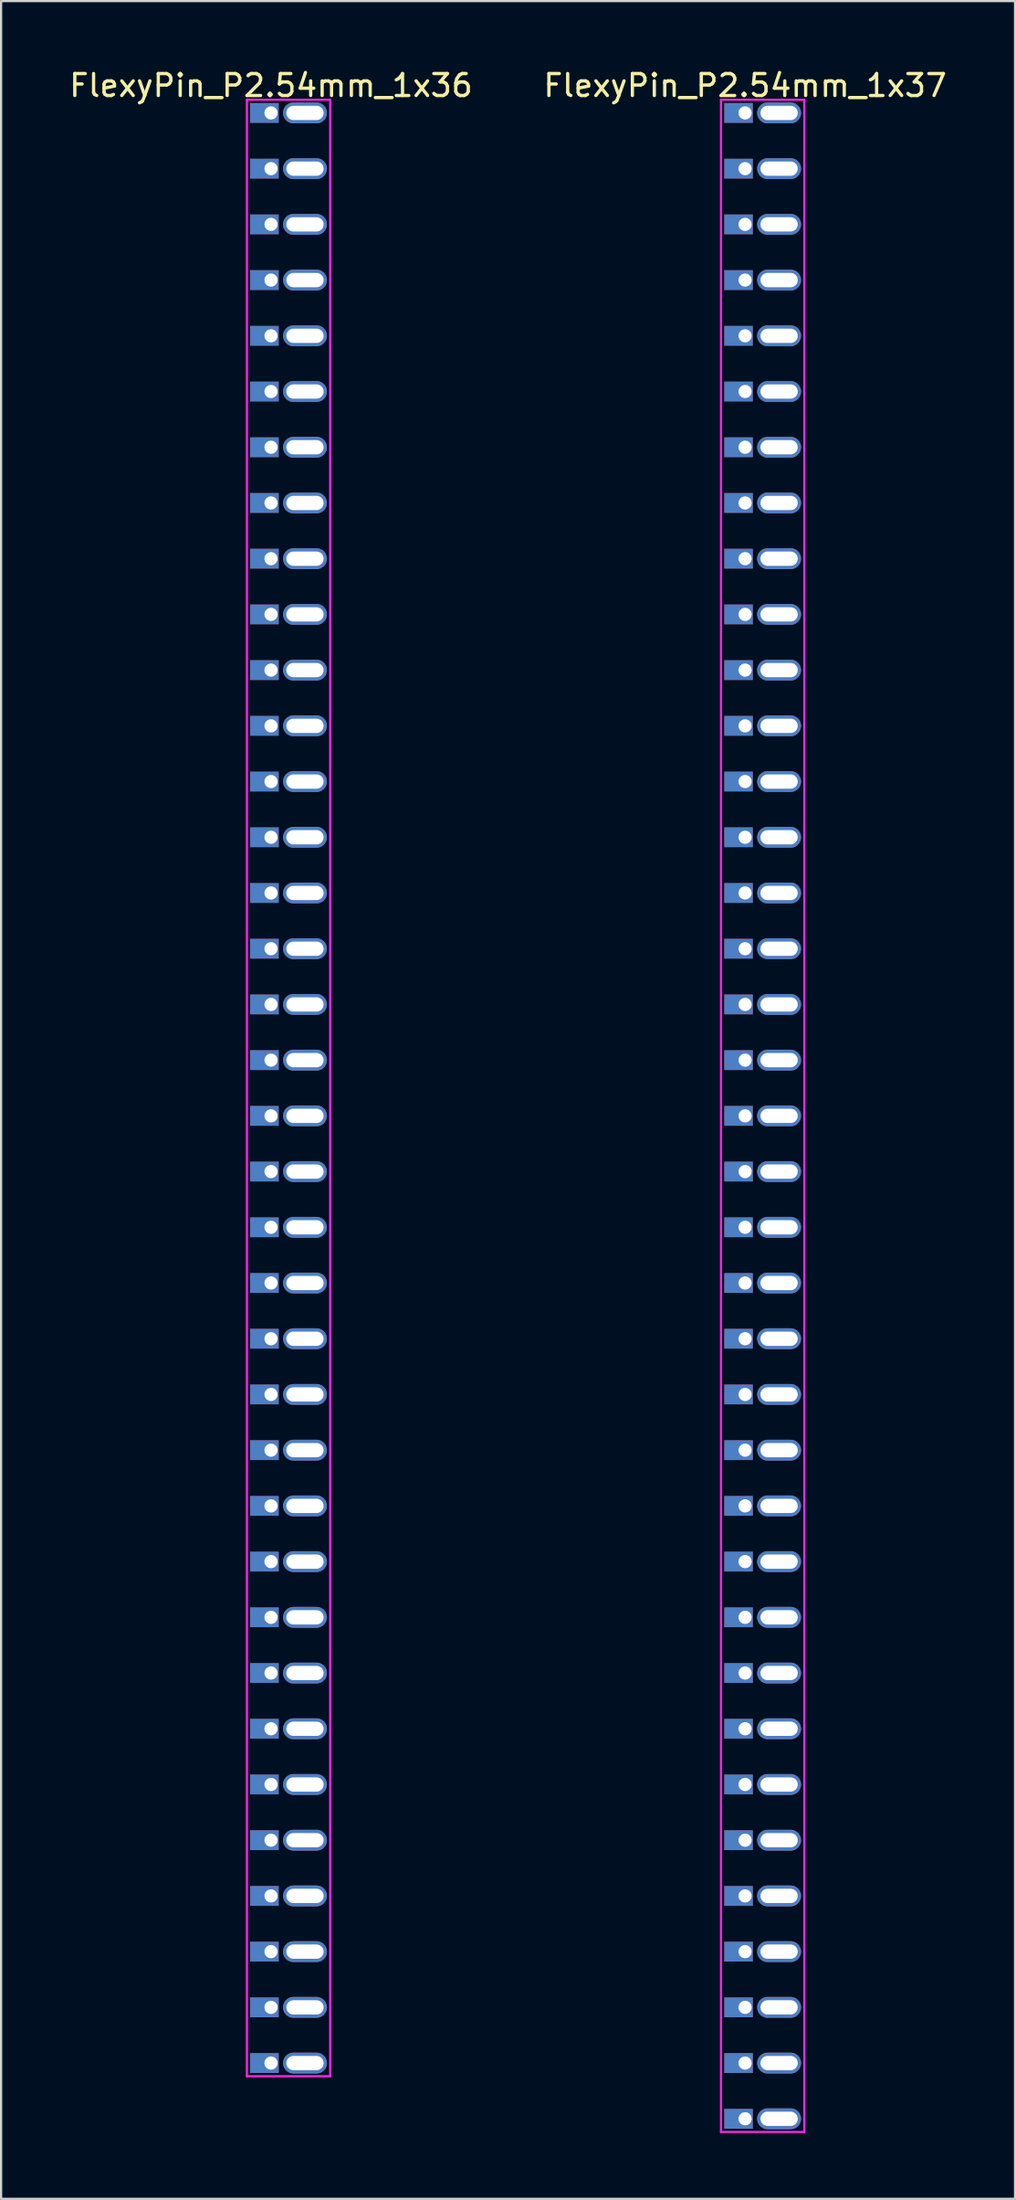
<source format=kicad_pcb>
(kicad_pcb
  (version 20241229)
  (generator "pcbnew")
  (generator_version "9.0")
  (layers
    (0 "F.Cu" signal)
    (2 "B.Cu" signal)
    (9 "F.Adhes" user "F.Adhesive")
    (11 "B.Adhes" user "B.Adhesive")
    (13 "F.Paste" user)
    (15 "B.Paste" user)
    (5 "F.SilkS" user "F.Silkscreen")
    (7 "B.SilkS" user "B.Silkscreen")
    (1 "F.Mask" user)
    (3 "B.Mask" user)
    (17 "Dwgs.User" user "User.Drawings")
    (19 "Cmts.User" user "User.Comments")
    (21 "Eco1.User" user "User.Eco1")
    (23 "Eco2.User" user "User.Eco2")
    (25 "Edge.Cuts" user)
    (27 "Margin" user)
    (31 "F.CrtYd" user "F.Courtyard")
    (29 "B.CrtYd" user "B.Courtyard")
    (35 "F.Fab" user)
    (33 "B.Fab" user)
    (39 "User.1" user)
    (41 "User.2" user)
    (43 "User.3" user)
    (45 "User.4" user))
  (footprint "FlexyPin_P2.54mm_1x36"
    (layer "F.Cu")
    (at 9.315 2.098)
    (property "Reference" "FlexyPin_P2.54mm_1x36" (at 0 -1.25 0) (layer "F.SilkS") (effects (font (size 1 1) (thickness 0.15))))
    (attr through_hole)
    (fp_line (start -1.1 -0.6) (end 2.7 -0.6) (stroke (width 0.1) (type solid)) (layer "F.CrtYd"))
    (fp_line (start -1.1 89.5) (end -1.1 -0.6) (stroke (width 0.1) (type solid)) (layer "F.CrtYd"))
    (fp_line (start 2.7 -0.6) (end 2.7 89.5) (stroke (width 0.1) (type solid)) (layer "F.CrtYd"))
    (fp_line (start 2.7 89.5) (end -1.1 89.5) (stroke (width 0.1) (type solid)) (layer "F.CrtYd"))
    (pad "" thru_hole oval (at 1.55 0) (size 2 0.95) (drill oval 1.7 0.65) (layers "*.Cu" "*.Mask"))
    (pad "" thru_hole oval (at 1.55 2.54) (size 2 0.95) (drill oval 1.7 0.65) (layers "*.Cu" "*.Mask"))
    (pad "" thru_hole oval (at 1.55 5.08) (size 2 0.95) (drill oval 1.7 0.65) (layers "*.Cu" "*.Mask"))
    (pad "" thru_hole oval (at 1.55 7.62) (size 2 0.95) (drill oval 1.7 0.65) (layers "*.Cu" "*.Mask"))
    (pad "" thru_hole oval (at 1.55 10.16) (size 2 0.95) (drill oval 1.7 0.65) (layers "*.Cu" "*.Mask"))
    (pad "" thru_hole oval (at 1.55 12.7) (size 2 0.95) (drill oval 1.7 0.65) (layers "*.Cu" "*.Mask"))
    (pad "" thru_hole oval (at 1.55 15.24) (size 2 0.95) (drill oval 1.7 0.65) (layers "*.Cu" "*.Mask"))
    (pad "" thru_hole oval (at 1.55 17.78) (size 2 0.95) (drill oval 1.7 0.65) (layers "*.Cu" "*.Mask"))
    (pad "" thru_hole oval (at 1.55 20.32) (size 2 0.95) (drill oval 1.7 0.65) (layers "*.Cu" "*.Mask"))
    (pad "" thru_hole oval (at 1.55 22.86) (size 2 0.95) (drill oval 1.7 0.65) (layers "*.Cu" "*.Mask"))
    (pad "" thru_hole oval (at 1.55 25.4) (size 2 0.95) (drill oval 1.7 0.65) (layers "*.Cu" "*.Mask"))
    (pad "" thru_hole oval (at 1.55 27.94) (size 2 0.95) (drill oval 1.7 0.65) (layers "*.Cu" "*.Mask"))
    (pad "" thru_hole oval (at 1.55 30.48) (size 2 0.95) (drill oval 1.7 0.65) (layers "*.Cu" "*.Mask"))
    (pad "" thru_hole oval (at 1.55 33.02) (size 2 0.95) (drill oval 1.7 0.65) (layers "*.Cu" "*.Mask"))
    (pad "" thru_hole oval (at 1.55 35.56) (size 2 0.95) (drill oval 1.7 0.65) (layers "*.Cu" "*.Mask"))
    (pad "" thru_hole oval (at 1.55 38.1) (size 2 0.95) (drill oval 1.7 0.65) (layers "*.Cu" "*.Mask"))
    (pad "" thru_hole oval (at 1.55 40.64) (size 2 0.95) (drill oval 1.7 0.65) (layers "*.Cu" "*.Mask"))
    (pad "" thru_hole oval (at 1.55 43.18) (size 2 0.95) (drill oval 1.7 0.65) (layers "*.Cu" "*.Mask"))
    (pad "" thru_hole oval (at 1.55 45.72) (size 2 0.95) (drill oval 1.7 0.65) (layers "*.Cu" "*.Mask"))
    (pad "" thru_hole oval (at 1.55 48.26) (size 2 0.95) (drill oval 1.7 0.65) (layers "*.Cu" "*.Mask"))
    (pad "" thru_hole oval (at 1.55 50.8) (size 2 0.95) (drill oval 1.7 0.65) (layers "*.Cu" "*.Mask"))
    (pad "" thru_hole oval (at 1.55 53.34) (size 2 0.95) (drill oval 1.7 0.65) (layers "*.Cu" "*.Mask"))
    (pad "" thru_hole oval (at 1.55 55.88) (size 2 0.95) (drill oval 1.7 0.65) (layers "*.Cu" "*.Mask"))
    (pad "" thru_hole oval (at 1.55 58.42) (size 2 0.95) (drill oval 1.7 0.65) (layers "*.Cu" "*.Mask"))
    (pad "" thru_hole oval (at 1.55 60.96) (size 2 0.95) (drill oval 1.7 0.65) (layers "*.Cu" "*.Mask"))
    (pad "" thru_hole oval (at 1.55 63.5) (size 2 0.95) (drill oval 1.7 0.65) (layers "*.Cu" "*.Mask"))
    (pad "" thru_hole oval (at 1.55 66.04) (size 2 0.95) (drill oval 1.7 0.65) (layers "*.Cu" "*.Mask"))
    (pad "" thru_hole oval (at 1.55 68.58) (size 2 0.95) (drill oval 1.7 0.65) (layers "*.Cu" "*.Mask"))
    (pad "" thru_hole oval (at 1.55 71.12) (size 2 0.95) (drill oval 1.7 0.65) (layers "*.Cu" "*.Mask"))
    (pad "" thru_hole oval (at 1.55 73.66) (size 2 0.95) (drill oval 1.7 0.65) (layers "*.Cu" "*.Mask"))
    (pad "" thru_hole oval (at 1.55 76.2) (size 2 0.95) (drill oval 1.7 0.65) (layers "*.Cu" "*.Mask"))
    (pad "" thru_hole oval (at 1.55 78.74) (size 2 0.95) (drill oval 1.7 0.65) (layers "*.Cu" "*.Mask"))
    (pad "" thru_hole oval (at 1.55 81.28) (size 2 0.95) (drill oval 1.7 0.65) (layers "*.Cu" "*.Mask"))
    (pad "" thru_hole oval (at 1.55 83.82) (size 2 0.95) (drill oval 1.7 0.65) (layers "*.Cu" "*.Mask"))
    (pad "" thru_hole oval (at 1.55 86.36) (size 2 0.95) (drill oval 1.7 0.65) (layers "*.Cu" "*.Mask"))
    (pad "" thru_hole oval (at 1.55 88.9) (size 2 0.95) (drill oval 1.7 0.65) (layers "*.Cu" "*.Mask"))
    (pad "1" thru_hole rect (at 0 0) (size 1.3 0.9) (drill 0.6 (offset -0.3 0)) (layers "*.Cu" "*.Mask"))
    (pad "2" thru_hole rect (at 0 2.54) (size 1.3 0.9) (drill 0.6 (offset -0.3 0)) (layers "*.Cu" "*.Mask"))
    (pad "3" thru_hole rect (at 0 5.08) (size 1.3 0.9) (drill 0.6 (offset -0.3 0)) (layers "*.Cu" "*.Mask"))
    (pad "4" thru_hole rect (at 0 7.62) (size 1.3 0.9) (drill 0.6 (offset -0.3 0)) (layers "*.Cu" "*.Mask"))
    (pad "5" thru_hole rect (at 0 10.16) (size 1.3 0.9) (drill 0.6 (offset -0.3 0)) (layers "*.Cu" "*.Mask"))
    (pad "6" thru_hole rect (at 0 12.7) (size 1.3 0.9) (drill 0.6 (offset -0.3 0)) (layers "*.Cu" "*.Mask"))
    (pad "7" thru_hole rect (at 0 15.24) (size 1.3 0.9) (drill 0.6 (offset -0.3 0)) (layers "*.Cu" "*.Mask"))
    (pad "8" thru_hole rect (at 0 17.78) (size 1.3 0.9) (drill 0.6 (offset -0.3 0)) (layers "*.Cu" "*.Mask"))
    (pad "9" thru_hole rect (at 0 20.32) (size 1.3 0.9) (drill 0.6 (offset -0.3 0)) (layers "*.Cu" "*.Mask"))
    (pad "10" thru_hole rect (at 0 22.86) (size 1.3 0.9) (drill 0.6 (offset -0.3 0)) (layers "*.Cu" "*.Mask"))
    (pad "11" thru_hole rect (at 0 25.4) (size 1.3 0.9) (drill 0.6 (offset -0.3 0)) (layers "*.Cu" "*.Mask"))
    (pad "12" thru_hole rect (at 0 27.94) (size 1.3 0.9) (drill 0.6 (offset -0.3 0)) (layers "*.Cu" "*.Mask"))
    (pad "13" thru_hole rect (at 0 30.48) (size 1.3 0.9) (drill 0.6 (offset -0.3 0)) (layers "*.Cu" "*.Mask"))
    (pad "14" thru_hole rect (at 0 33.02) (size 1.3 0.9) (drill 0.6 (offset -0.3 0)) (layers "*.Cu" "*.Mask"))
    (pad "15" thru_hole rect (at 0 35.56) (size 1.3 0.9) (drill 0.6 (offset -0.3 0)) (layers "*.Cu" "*.Mask"))
    (pad "16" thru_hole rect (at 0 38.1) (size 1.3 0.9) (drill 0.6 (offset -0.3 0)) (layers "*.Cu" "*.Mask"))
    (pad "17" thru_hole rect (at 0 40.64) (size 1.3 0.9) (drill 0.6 (offset -0.3 0)) (layers "*.Cu" "*.Mask"))
    (pad "18" thru_hole rect (at 0 43.18) (size 1.3 0.9) (drill 0.6 (offset -0.3 0)) (layers "*.Cu" "*.Mask"))
    (pad "19" thru_hole rect (at 0 45.72) (size 1.3 0.9) (drill 0.6 (offset -0.3 0)) (layers "*.Cu" "*.Mask"))
    (pad "20" thru_hole rect (at 0 48.26) (size 1.3 0.9) (drill 0.6 (offset -0.3 0)) (layers "*.Cu" "*.Mask"))
    (pad "21" thru_hole rect (at 0 50.8) (size 1.3 0.9) (drill 0.6 (offset -0.3 0)) (layers "*.Cu" "*.Mask"))
    (pad "22" thru_hole rect (at 0 53.34) (size 1.3 0.9) (drill 0.6 (offset -0.3 0)) (layers "*.Cu" "*.Mask"))
    (pad "23" thru_hole rect (at 0 55.88) (size 1.3 0.9) (drill 0.6 (offset -0.3 0)) (layers "*.Cu" "*.Mask"))
    (pad "24" thru_hole rect (at 0 58.42) (size 1.3 0.9) (drill 0.6 (offset -0.3 0)) (layers "*.Cu" "*.Mask"))
    (pad "25" thru_hole rect (at 0 60.96) (size 1.3 0.9) (drill 0.6 (offset -0.3 0)) (layers "*.Cu" "*.Mask"))
    (pad "26" thru_hole rect (at 0 63.5) (size 1.3 0.9) (drill 0.6 (offset -0.3 0)) (layers "*.Cu" "*.Mask"))
    (pad "27" thru_hole rect (at 0 66.04) (size 1.3 0.9) (drill 0.6 (offset -0.3 0)) (layers "*.Cu" "*.Mask"))
    (pad "28" thru_hole rect (at 0 68.58) (size 1.3 0.9) (drill 0.6 (offset -0.3 0)) (layers "*.Cu" "*.Mask"))
    (pad "29" thru_hole rect (at 0 71.12) (size 1.3 0.9) (drill 0.6 (offset -0.3 0)) (layers "*.Cu" "*.Mask"))
    (pad "30" thru_hole rect (at 0 73.66) (size 1.3 0.9) (drill 0.6 (offset -0.3 0)) (layers "*.Cu" "*.Mask"))
    (pad "31" thru_hole rect (at 0 76.2) (size 1.3 0.9) (drill 0.6 (offset -0.3 0)) (layers "*.Cu" "*.Mask"))
    (pad "32" thru_hole rect (at 0 78.74) (size 1.3 0.9) (drill 0.6 (offset -0.3 0)) (layers "*.Cu" "*.Mask"))
    (pad "33" thru_hole rect (at 0 81.28) (size 1.3 0.9) (drill 0.6 (offset -0.3 0)) (layers "*.Cu" "*.Mask"))
    (pad "34" thru_hole rect (at 0 83.82) (size 1.3 0.9) (drill 0.6 (offset -0.3 0)) (layers "*.Cu" "*.Mask"))
    (pad "35" thru_hole rect (at 0 86.36) (size 1.3 0.9) (drill 0.6 (offset -0.3 0)) (layers "*.Cu" "*.Mask"))
    (pad "36" thru_hole rect (at 0 88.9) (size 1.3 0.9) (drill 0.6 (offset -0.3 0)) (layers "*.Cu" "*.Mask")))
  (footprint "FlexyPin_P2.54mm_1x37"
    (layer "F.Cu")
    (at 30.946 2.098)
    (property "Reference" "FlexyPin_P2.54mm_1x37" (at 0 -1.25 0) (layer "F.SilkS") (effects (font (size 1 1) (thickness 0.15))))
    (attr through_hole)
    (fp_line (start -1.1 -0.6) (end 2.7 -0.6) (stroke (width 0.1) (type solid)) (layer "F.CrtYd"))
    (fp_line (start -1.1 92.04) (end -1.1 -0.6) (stroke (width 0.1) (type solid)) (layer "F.CrtYd"))
    (fp_line (start 2.7 -0.6) (end 2.7 92.04) (stroke (width 0.1) (type solid)) (layer "F.CrtYd"))
    (fp_line (start 2.7 92.04) (end -1.1 92.04) (stroke (width 0.1) (type solid)) (layer "F.CrtYd"))
    (pad "" thru_hole oval (at 1.55 0) (size 2 0.95) (drill oval 1.7 0.65) (layers "*.Cu" "*.Mask"))
    (pad "" thru_hole oval (at 1.55 2.54) (size 2 0.95) (drill oval 1.7 0.65) (layers "*.Cu" "*.Mask"))
    (pad "" thru_hole oval (at 1.55 5.08) (size 2 0.95) (drill oval 1.7 0.65) (layers "*.Cu" "*.Mask"))
    (pad "" thru_hole oval (at 1.55 7.62) (size 2 0.95) (drill oval 1.7 0.65) (layers "*.Cu" "*.Mask"))
    (pad "" thru_hole oval (at 1.55 10.16) (size 2 0.95) (drill oval 1.7 0.65) (layers "*.Cu" "*.Mask"))
    (pad "" thru_hole oval (at 1.55 12.7) (size 2 0.95) (drill oval 1.7 0.65) (layers "*.Cu" "*.Mask"))
    (pad "" thru_hole oval (at 1.55 15.24) (size 2 0.95) (drill oval 1.7 0.65) (layers "*.Cu" "*.Mask"))
    (pad "" thru_hole oval (at 1.55 17.78) (size 2 0.95) (drill oval 1.7 0.65) (layers "*.Cu" "*.Mask"))
    (pad "" thru_hole oval (at 1.55 20.32) (size 2 0.95) (drill oval 1.7 0.65) (layers "*.Cu" "*.Mask"))
    (pad "" thru_hole oval (at 1.55 22.86) (size 2 0.95) (drill oval 1.7 0.65) (layers "*.Cu" "*.Mask"))
    (pad "" thru_hole oval (at 1.55 25.4) (size 2 0.95) (drill oval 1.7 0.65) (layers "*.Cu" "*.Mask"))
    (pad "" thru_hole oval (at 1.55 27.94) (size 2 0.95) (drill oval 1.7 0.65) (layers "*.Cu" "*.Mask"))
    (pad "" thru_hole oval (at 1.55 30.48) (size 2 0.95) (drill oval 1.7 0.65) (layers "*.Cu" "*.Mask"))
    (pad "" thru_hole oval (at 1.55 33.02) (size 2 0.95) (drill oval 1.7 0.65) (layers "*.Cu" "*.Mask"))
    (pad "" thru_hole oval (at 1.55 35.56) (size 2 0.95) (drill oval 1.7 0.65) (layers "*.Cu" "*.Mask"))
    (pad "" thru_hole oval (at 1.55 38.1) (size 2 0.95) (drill oval 1.7 0.65) (layers "*.Cu" "*.Mask"))
    (pad "" thru_hole oval (at 1.55 40.64) (size 2 0.95) (drill oval 1.7 0.65) (layers "*.Cu" "*.Mask"))
    (pad "" thru_hole oval (at 1.55 43.18) (size 2 0.95) (drill oval 1.7 0.65) (layers "*.Cu" "*.Mask"))
    (pad "" thru_hole oval (at 1.55 45.72) (size 2 0.95) (drill oval 1.7 0.65) (layers "*.Cu" "*.Mask"))
    (pad "" thru_hole oval (at 1.55 48.26) (size 2 0.95) (drill oval 1.7 0.65) (layers "*.Cu" "*.Mask"))
    (pad "" thru_hole oval (at 1.55 50.8) (size 2 0.95) (drill oval 1.7 0.65) (layers "*.Cu" "*.Mask"))
    (pad "" thru_hole oval (at 1.55 53.34) (size 2 0.95) (drill oval 1.7 0.65) (layers "*.Cu" "*.Mask"))
    (pad "" thru_hole oval (at 1.55 55.88) (size 2 0.95) (drill oval 1.7 0.65) (layers "*.Cu" "*.Mask"))
    (pad "" thru_hole oval (at 1.55 58.42) (size 2 0.95) (drill oval 1.7 0.65) (layers "*.Cu" "*.Mask"))
    (pad "" thru_hole oval (at 1.55 60.96) (size 2 0.95) (drill oval 1.7 0.65) (layers "*.Cu" "*.Mask"))
    (pad "" thru_hole oval (at 1.55 63.5) (size 2 0.95) (drill oval 1.7 0.65) (layers "*.Cu" "*.Mask"))
    (pad "" thru_hole oval (at 1.55 66.04) (size 2 0.95) (drill oval 1.7 0.65) (layers "*.Cu" "*.Mask"))
    (pad "" thru_hole oval (at 1.55 68.58) (size 2 0.95) (drill oval 1.7 0.65) (layers "*.Cu" "*.Mask"))
    (pad "" thru_hole oval (at 1.55 71.12) (size 2 0.95) (drill oval 1.7 0.65) (layers "*.Cu" "*.Mask"))
    (pad "" thru_hole oval (at 1.55 73.66) (size 2 0.95) (drill oval 1.7 0.65) (layers "*.Cu" "*.Mask"))
    (pad "" thru_hole oval (at 1.55 76.2) (size 2 0.95) (drill oval 1.7 0.65) (layers "*.Cu" "*.Mask"))
    (pad "" thru_hole oval (at 1.55 78.74) (size 2 0.95) (drill oval 1.7 0.65) (layers "*.Cu" "*.Mask"))
    (pad "" thru_hole oval (at 1.55 81.28) (size 2 0.95) (drill oval 1.7 0.65) (layers "*.Cu" "*.Mask"))
    (pad "" thru_hole oval (at 1.55 83.82) (size 2 0.95) (drill oval 1.7 0.65) (layers "*.Cu" "*.Mask"))
    (pad "" thru_hole oval (at 1.55 86.36) (size 2 0.95) (drill oval 1.7 0.65) (layers "*.Cu" "*.Mask"))
    (pad "" thru_hole oval (at 1.55 88.9) (size 2 0.95) (drill oval 1.7 0.65) (layers "*.Cu" "*.Mask"))
    (pad "" thru_hole oval (at 1.55 91.44) (size 2 0.95) (drill oval 1.7 0.65) (layers "*.Cu" "*.Mask"))
    (pad "1" thru_hole rect (at 0 0) (size 1.3 0.9) (drill 0.6 (offset -0.3 0)) (layers "*.Cu" "*.Mask"))
    (pad "2" thru_hole rect (at 0 2.54) (size 1.3 0.9) (drill 0.6 (offset -0.3 0)) (layers "*.Cu" "*.Mask"))
    (pad "3" thru_hole rect (at 0 5.08) (size 1.3 0.9) (drill 0.6 (offset -0.3 0)) (layers "*.Cu" "*.Mask"))
    (pad "4" thru_hole rect (at 0 7.62) (size 1.3 0.9) (drill 0.6 (offset -0.3 0)) (layers "*.Cu" "*.Mask"))
    (pad "5" thru_hole rect (at 0 10.16) (size 1.3 0.9) (drill 0.6 (offset -0.3 0)) (layers "*.Cu" "*.Mask"))
    (pad "6" thru_hole rect (at 0 12.7) (size 1.3 0.9) (drill 0.6 (offset -0.3 0)) (layers "*.Cu" "*.Mask"))
    (pad "7" thru_hole rect (at 0 15.24) (size 1.3 0.9) (drill 0.6 (offset -0.3 0)) (layers "*.Cu" "*.Mask"))
    (pad "8" thru_hole rect (at 0 17.78) (size 1.3 0.9) (drill 0.6 (offset -0.3 0)) (layers "*.Cu" "*.Mask"))
    (pad "9" thru_hole rect (at 0 20.32) (size 1.3 0.9) (drill 0.6 (offset -0.3 0)) (layers "*.Cu" "*.Mask"))
    (pad "10" thru_hole rect (at 0 22.86) (size 1.3 0.9) (drill 0.6 (offset -0.3 0)) (layers "*.Cu" "*.Mask"))
    (pad "11" thru_hole rect (at 0 25.4) (size 1.3 0.9) (drill 0.6 (offset -0.3 0)) (layers "*.Cu" "*.Mask"))
    (pad "12" thru_hole rect (at 0 27.94) (size 1.3 0.9) (drill 0.6 (offset -0.3 0)) (layers "*.Cu" "*.Mask"))
    (pad "13" thru_hole rect (at 0 30.48) (size 1.3 0.9) (drill 0.6 (offset -0.3 0)) (layers "*.Cu" "*.Mask"))
    (pad "14" thru_hole rect (at 0 33.02) (size 1.3 0.9) (drill 0.6 (offset -0.3 0)) (layers "*.Cu" "*.Mask"))
    (pad "15" thru_hole rect (at 0 35.56) (size 1.3 0.9) (drill 0.6 (offset -0.3 0)) (layers "*.Cu" "*.Mask"))
    (pad "16" thru_hole rect (at 0 38.1) (size 1.3 0.9) (drill 0.6 (offset -0.3 0)) (layers "*.Cu" "*.Mask"))
    (pad "17" thru_hole rect (at 0 40.64) (size 1.3 0.9) (drill 0.6 (offset -0.3 0)) (layers "*.Cu" "*.Mask"))
    (pad "18" thru_hole rect (at 0 43.18) (size 1.3 0.9) (drill 0.6 (offset -0.3 0)) (layers "*.Cu" "*.Mask"))
    (pad "19" thru_hole rect (at 0 45.72) (size 1.3 0.9) (drill 0.6 (offset -0.3 0)) (layers "*.Cu" "*.Mask"))
    (pad "20" thru_hole rect (at 0 48.26) (size 1.3 0.9) (drill 0.6 (offset -0.3 0)) (layers "*.Cu" "*.Mask"))
    (pad "21" thru_hole rect (at 0 50.8) (size 1.3 0.9) (drill 0.6 (offset -0.3 0)) (layers "*.Cu" "*.Mask"))
    (pad "22" thru_hole rect (at 0 53.34) (size 1.3 0.9) (drill 0.6 (offset -0.3 0)) (layers "*.Cu" "*.Mask"))
    (pad "23" thru_hole rect (at 0 55.88) (size 1.3 0.9) (drill 0.6 (offset -0.3 0)) (layers "*.Cu" "*.Mask"))
    (pad "24" thru_hole rect (at 0 58.42) (size 1.3 0.9) (drill 0.6 (offset -0.3 0)) (layers "*.Cu" "*.Mask"))
    (pad "25" thru_hole rect (at 0 60.96) (size 1.3 0.9) (drill 0.6 (offset -0.3 0)) (layers "*.Cu" "*.Mask"))
    (pad "26" thru_hole rect (at 0 63.5) (size 1.3 0.9) (drill 0.6 (offset -0.3 0)) (layers "*.Cu" "*.Mask"))
    (pad "27" thru_hole rect (at 0 66.04) (size 1.3 0.9) (drill 0.6 (offset -0.3 0)) (layers "*.Cu" "*.Mask"))
    (pad "28" thru_hole rect (at 0 68.58) (size 1.3 0.9) (drill 0.6 (offset -0.3 0)) (layers "*.Cu" "*.Mask"))
    (pad "29" thru_hole rect (at 0 71.12) (size 1.3 0.9) (drill 0.6 (offset -0.3 0)) (layers "*.Cu" "*.Mask"))
    (pad "30" thru_hole rect (at 0 73.66) (size 1.3 0.9) (drill 0.6 (offset -0.3 0)) (layers "*.Cu" "*.Mask"))
    (pad "31" thru_hole rect (at 0 76.2) (size 1.3 0.9) (drill 0.6 (offset -0.3 0)) (layers "*.Cu" "*.Mask"))
    (pad "32" thru_hole rect (at 0 78.74) (size 1.3 0.9) (drill 0.6 (offset -0.3 0)) (layers "*.Cu" "*.Mask"))
    (pad "33" thru_hole rect (at 0 81.28) (size 1.3 0.9) (drill 0.6 (offset -0.3 0)) (layers "*.Cu" "*.Mask"))
    (pad "34" thru_hole rect (at 0 83.82) (size 1.3 0.9) (drill 0.6 (offset -0.3 0)) (layers "*.Cu" "*.Mask"))
    (pad "35" thru_hole rect (at 0 86.36) (size 1.3 0.9) (drill 0.6 (offset -0.3 0)) (layers "*.Cu" "*.Mask"))
    (pad "36" thru_hole rect (at 0 88.9) (size 1.3 0.9) (drill 0.6 (offset -0.3 0)) (layers "*.Cu" "*.Mask"))
    (pad "37" thru_hole rect (at 0 91.44) (size 1.3 0.9) (drill 0.6 (offset -0.3 0)) (layers "*.Cu" "*.Mask")))
  (gr_rect
    (start -3 -3)
    (end 43.262 97.188)
    (stroke (width 0.1) (type default))
    (fill no)
    (layer "Edge.Cuts")))
</source>
